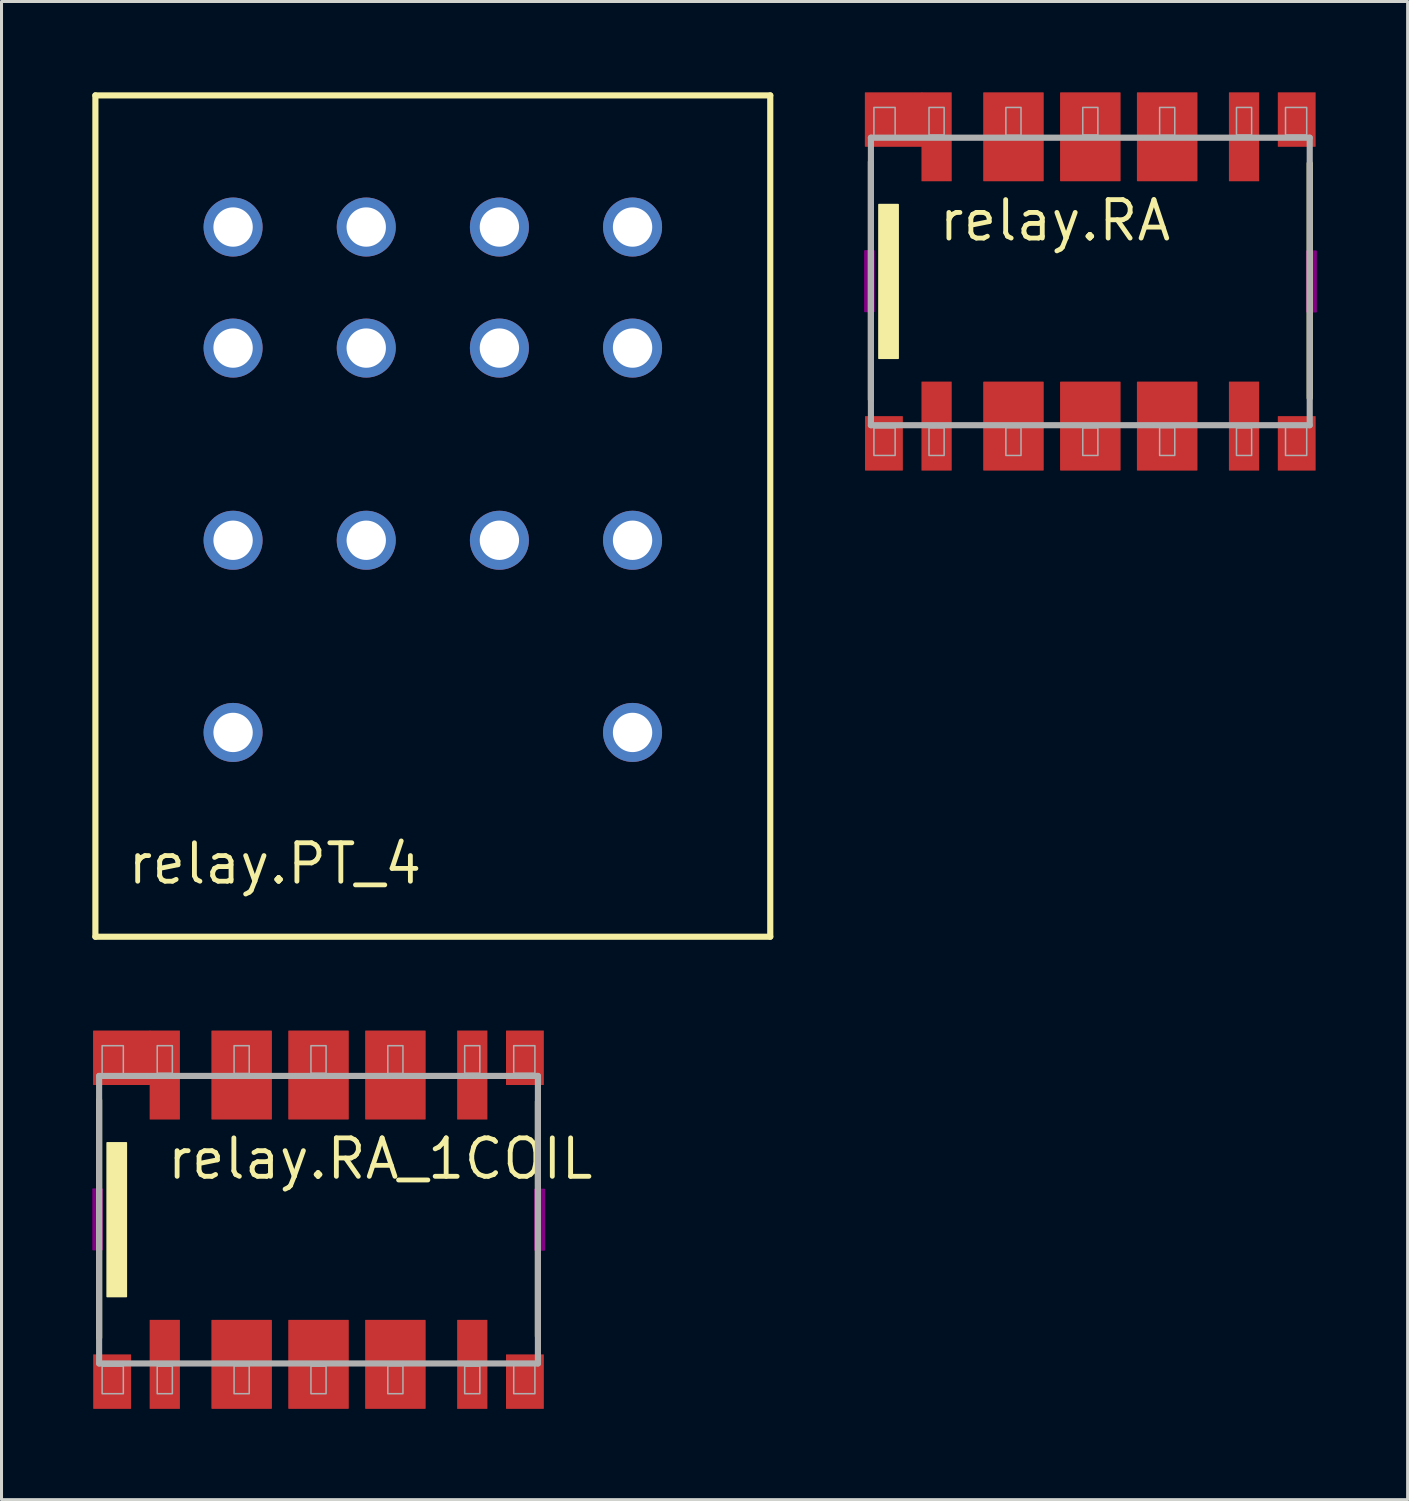
<source format=kicad_pcb>
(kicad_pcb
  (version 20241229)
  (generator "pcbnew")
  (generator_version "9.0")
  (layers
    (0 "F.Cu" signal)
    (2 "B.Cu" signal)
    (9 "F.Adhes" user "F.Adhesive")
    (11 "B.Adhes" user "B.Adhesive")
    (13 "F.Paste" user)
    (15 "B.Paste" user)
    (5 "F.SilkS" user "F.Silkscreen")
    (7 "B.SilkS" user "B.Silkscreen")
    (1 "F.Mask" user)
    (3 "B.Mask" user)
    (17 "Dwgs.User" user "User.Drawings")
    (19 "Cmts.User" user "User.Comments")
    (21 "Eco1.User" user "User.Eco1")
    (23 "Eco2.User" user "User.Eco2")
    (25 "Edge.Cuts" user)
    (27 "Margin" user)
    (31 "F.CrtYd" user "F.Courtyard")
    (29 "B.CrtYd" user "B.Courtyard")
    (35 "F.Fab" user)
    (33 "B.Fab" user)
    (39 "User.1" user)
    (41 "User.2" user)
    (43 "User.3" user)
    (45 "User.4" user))
  (footprint "relay.PT_4"
    (layer "F.Cu")
    (at 11.252 21.152)
    (property "Reference" "relay.PT_4" (at -10.16 5.08 0) (layer "F.SilkS") (effects (font (size 1.27 1.27) (thickness 0.16)) (justify left bottom)))
    (attr through_hole)
    (fp_line (start -11.15 -21.05) (end 11.15 -21.05) (stroke (width 0.203) (type default)) (layer "F.SilkS"))
    (fp_line (start -11.15 6.75) (end -11.15 -21.05) (stroke (width 0.203) (type default)) (layer "F.SilkS"))
    (fp_line (start 11.15 -21.05) (end 11.15 6.75) (stroke (width 0.203) (type default)) (layer "F.SilkS"))
    (fp_line (start 11.15 6.75) (end -11.15 6.75) (stroke (width 0.203) (type default)) (layer "F.SilkS"))
    (pad "11" thru_hole circle (at 6.6 -6.35 180) (size 1.95 1.95) (drill 1.3) (layers "*.Cu" "*.Mask"))
    (pad "12" thru_hole circle (at 6.6 -16.7 180) (size 1.95 1.95) (drill 1.3) (layers "*.Cu" "*.Mask"))
    (pad "14" thru_hole circle (at 6.6 -12.7 180) (size 1.95 1.95) (drill 1.3) (layers "*.Cu" "*.Mask"))
    (pad "21" thru_hole circle (at 2.2 -6.35 180) (size 1.95 1.95) (drill 1.3) (layers "*.Cu" "*.Mask"))
    (pad "22" thru_hole circle (at 2.2 -16.7 180) (size 1.95 1.95) (drill 1.3) (layers "*.Cu" "*.Mask"))
    (pad "24" thru_hole circle (at 2.2 -12.7 180) (size 1.95 1.95) (drill 1.3) (layers "*.Cu" "*.Mask"))
    (pad "31" thru_hole circle (at -2.2 -6.35 180) (size 1.95 1.95) (drill 1.3) (layers "*.Cu" "*.Mask"))
    (pad "32" thru_hole circle (at -2.2 -16.7 180) (size 1.95 1.95) (drill 1.3) (layers "*.Cu" "*.Mask"))
    (pad "34" thru_hole circle (at -2.2 -12.7 180) (size 1.95 1.95) (drill 1.3) (layers "*.Cu" "*.Mask"))
    (pad "41" thru_hole circle (at -6.6 -6.35 180) (size 1.95 1.95) (drill 1.3) (layers "*.Cu" "*.Mask"))
    (pad "42" thru_hole circle (at -6.6 -16.7 180) (size 1.95 1.95) (drill 1.3) (layers "*.Cu" "*.Mask"))
    (pad "44" thru_hole circle (at -6.6 -12.7 180) (size 1.95 1.95) (drill 1.3) (layers "*.Cu" "*.Mask"))
    (pad "A1" thru_hole circle (at 6.6 0 180) (size 1.95 1.95) (drill 1.3) (layers "*.Cu" "*.Mask"))
    (pad "A2" thru_hole circle (at -6.6 0 180) (size 1.95 1.95) (drill 1.3) (layers "*.Cu" "*.Mask")))
  (footprint "relay.RA"
    (layer "F.Cu")
    (at 32.978 6.25)
    (property "Reference" "relay.RA" (at -5.08 -1.27 0) (layer "F.SilkS") (effects (font (size 1.27 1.27) (thickness 0.16)) (justify left bottom)))
    (attr smd)
    (fp_line (start -7.25 -3.95) (end -7.25 3.9) (stroke (width 0.203) (type default)) (layer "F.SilkS"))
    (fp_line (start 7.25 3.85) (end 7.25 -3.9) (stroke (width 0.203) (type default)) (layer "F.SilkS"))
    (fp_rect (start -6.985 2.54) (end -6.35 -2.54) (stroke (width 0.05) (type default)) (fill yes) (layer "F.SilkS"))
    (fp_rect (start -7.45 0.99) (end -7.15 -1.01) (stroke (width 0.05) (type default)) (fill yes) (layer "F.Adhes"))
    (fp_rect (start 7.15 1) (end 7.46 -1) (stroke (width 0.05) (type default)) (fill yes) (layer "F.Adhes"))
    (fp_line (start -7.25 -4.75) (end 7.25 -4.75) (stroke (width 0.203) (type default)) (layer "F.Fab"))
    (fp_line (start -7.25 4.75) (end -7.25 -4.75) (stroke (width 0.203) (type default)) (layer "F.Fab"))
    (fp_line (start 7.25 -4.75) (end 7.25 4.75) (stroke (width 0.203) (type default)) (layer "F.Fab"))
    (fp_line (start 7.25 4.75) (end -7.25 4.75) (stroke (width 0.203) (type default)) (layer "F.Fab"))
    (fp_rect (start -7.15 -4.8) (end -6.45 -5.75) (stroke (width 0.05) (type default)) (fill no) (layer "F.Fab"))
    (fp_rect (start -7.15 5.75) (end -6.45 4.84) (stroke (width 0.05) (type default)) (fill no) (layer "F.Fab"))
    (fp_rect (start -5.33 -4.84) (end -4.83 -5.75) (stroke (width 0.05) (type default)) (fill no) (layer "F.Fab"))
    (fp_rect (start -5.33 5.75) (end -4.83 4.84) (stroke (width 0.05) (type default)) (fill no) (layer "F.Fab"))
    (fp_rect (start -2.79 -4.83) (end -2.29 -5.75) (stroke (width 0.05) (type default)) (fill no) (layer "F.Fab"))
    (fp_rect (start -2.79 5.75) (end -2.29 4.83) (stroke (width 0.05) (type default)) (fill no) (layer "F.Fab"))
    (fp_rect (start -0.25 -4.84) (end 0.25 -5.75) (stroke (width 0.05) (type default)) (fill no) (layer "F.Fab"))
    (fp_rect (start -0.25 5.75) (end 0.25 4.84) (stroke (width 0.05) (type default)) (fill no) (layer "F.Fab"))
    (fp_rect (start 2.29 -4.83) (end 2.79 -5.75) (stroke (width 0.05) (type default)) (fill no) (layer "F.Fab"))
    (fp_rect (start 2.29 5.75) (end 2.79 4.83) (stroke (width 0.05) (type default)) (fill no) (layer "F.Fab"))
    (fp_rect (start 4.83 -4.84) (end 5.33 -5.75) (stroke (width 0.05) (type default)) (fill no) (layer "F.Fab"))
    (fp_rect (start 4.83 5.75) (end 5.33 4.84) (stroke (width 0.05) (type default)) (fill no) (layer "F.Fab"))
    (fp_rect (start 6.45 -4.84) (end 7.15 -5.75) (stroke (width 0.05) (type default)) (fill no) (layer "F.Fab"))
    (fp_rect (start 6.45 5.75) (end 7.15 4.8) (stroke (width 0.05) (type default)) (fill no) (layer "F.Fab"))
    (pad "1" smd roundrect (at -5.08 4.78 180) (size 1 2.94) (layers "F.Cu" "F.Mask" "F.Paste") (roundrect_rratio 0.01))
    (pad "2" smd roundrect (at -2.54 4.78 180) (size 2 2.94) (layers "F.Cu" "F.Mask" "F.Paste") (roundrect_rratio 0.01))
    (pad "3" smd roundrect (at 0 4.78 180) (size 2 2.94) (layers "F.Cu" "F.Mask" "F.Paste") (roundrect_rratio 0.01))
    (pad "4" smd roundrect (at 2.54 4.78 180) (size 2 2.94) (layers "F.Cu" "F.Mask" "F.Paste") (roundrect_rratio 0.01))
    (pad "5" smd roundrect (at 5.08 4.78 180) (size 1 2.94) (layers "F.Cu" "F.Mask" "F.Paste") (roundrect_rratio 0.01))
    (pad "6" smd roundrect (at 5.08 -4.78 180) (size 1 2.94) (layers "F.Cu" "F.Mask" "F.Paste") (roundrect_rratio 0.01))
    (pad "7" smd roundrect (at 2.54 -4.78 180) (size 2 2.94) (layers "F.Cu" "F.Mask" "F.Paste") (roundrect_rratio 0.01))
    (pad "8" smd roundrect (at 0 -4.78 180) (size 2 2.94) (layers "F.Cu" "F.Mask" "F.Paste") (roundrect_rratio 0.01))
    (pad "9" smd roundrect (at -2.54 -4.78 180) (size 2 2.94) (layers "F.Cu" "F.Mask" "F.Paste") (roundrect_rratio 0.01))
    (pad "10" smd roundrect (at -5.08 -4.78 180) (size 1 2.94) (layers "F.Cu" "F.Mask" "F.Paste") (roundrect_rratio 0.01))
    (pad "10.1" smd roundrect (at -6.5 -5.35 180) (size 1.9 1.8) (layers "F.Cu" "F.Mask" "F.Paste") (roundrect_rratio 0.01))
    (pad "S1" smd roundrect (at -6.82 5.35) (size 1.25 1.8) (layers "F.Cu" "F.Mask" "F.Paste") (roundrect_rratio 0.01))
    (pad "S2" smd roundrect (at 6.82 5.35 180) (size 1.25 1.8) (layers "F.Cu" "F.Mask" "F.Paste") (roundrect_rratio 0.01))
    (pad "S3" smd roundrect (at 6.82 -5.35 180) (size 1.25 1.8) (layers "F.Cu" "F.Mask" "F.Paste") (roundrect_rratio 0.01)))
  (footprint "relay.RA_1COIL"
    (layer "F.Cu")
    (at 7.475 37.253)
    (property "Reference" "relay.RA_1COIL" (at -5.08 -1.27 0) (layer "F.SilkS") (effects (font (size 1.27 1.27) (thickness 0.16)) (justify left bottom)))
    (attr smd)
    (fp_line (start -7.25 -3.95) (end -7.25 3.9) (stroke (width 0.203) (type default)) (layer "F.SilkS"))
    (fp_line (start 7.25 3.85) (end 7.25 -3.9) (stroke (width 0.203) (type default)) (layer "F.SilkS"))
    (fp_rect (start -6.985 2.54) (end -6.35 -2.54) (stroke (width 0.05) (type default)) (fill yes) (layer "F.SilkS"))
    (fp_rect (start -7.45 0.99) (end -7.15 -1.01) (stroke (width 0.05) (type default)) (fill yes) (layer "F.Adhes"))
    (fp_rect (start 7.15 1) (end 7.46 -1) (stroke (width 0.05) (type default)) (fill yes) (layer "F.Adhes"))
    (fp_line (start -7.25 -4.75) (end 7.25 -4.75) (stroke (width 0.203) (type default)) (layer "F.Fab"))
    (fp_line (start -7.25 4.75) (end -7.25 -4.75) (stroke (width 0.203) (type default)) (layer "F.Fab"))
    (fp_line (start 7.25 -4.75) (end 7.25 4.75) (stroke (width 0.203) (type default)) (layer "F.Fab"))
    (fp_line (start 7.25 4.75) (end -7.25 4.75) (stroke (width 0.203) (type default)) (layer "F.Fab"))
    (fp_rect (start -7.15 -4.8) (end -6.45 -5.75) (stroke (width 0.05) (type default)) (fill no) (layer "F.Fab"))
    (fp_rect (start -7.15 5.75) (end -6.45 4.84) (stroke (width 0.05) (type default)) (fill no) (layer "F.Fab"))
    (fp_rect (start -5.33 -4.84) (end -4.83 -5.75) (stroke (width 0.05) (type default)) (fill no) (layer "F.Fab"))
    (fp_rect (start -5.33 5.75) (end -4.83 4.84) (stroke (width 0.05) (type default)) (fill no) (layer "F.Fab"))
    (fp_rect (start -2.79 -4.83) (end -2.29 -5.75) (stroke (width 0.05) (type default)) (fill no) (layer "F.Fab"))
    (fp_rect (start -2.79 5.75) (end -2.29 4.83) (stroke (width 0.05) (type default)) (fill no) (layer "F.Fab"))
    (fp_rect (start -0.25 -4.84) (end 0.25 -5.75) (stroke (width 0.05) (type default)) (fill no) (layer "F.Fab"))
    (fp_rect (start -0.25 5.75) (end 0.25 4.84) (stroke (width 0.05) (type default)) (fill no) (layer "F.Fab"))
    (fp_rect (start 2.29 -4.83) (end 2.79 -5.75) (stroke (width 0.05) (type default)) (fill no) (layer "F.Fab"))
    (fp_rect (start 2.29 5.75) (end 2.79 4.83) (stroke (width 0.05) (type default)) (fill no) (layer "F.Fab"))
    (fp_rect (start 4.83 -4.84) (end 5.33 -5.75) (stroke (width 0.05) (type default)) (fill no) (layer "F.Fab"))
    (fp_rect (start 4.83 5.75) (end 5.33 4.84) (stroke (width 0.05) (type default)) (fill no) (layer "F.Fab"))
    (fp_rect (start 6.45 -4.84) (end 7.15 -5.75) (stroke (width 0.05) (type default)) (fill no) (layer "F.Fab"))
    (fp_rect (start 6.45 5.75) (end 7.15 4.8) (stroke (width 0.05) (type default)) (fill no) (layer "F.Fab"))
    (pad "1" smd roundrect (at -5.08 4.78 180) (size 1 2.94) (layers "F.Cu" "F.Mask" "F.Paste") (roundrect_rratio 0.01))
    (pad "2" smd roundrect (at -2.54 4.78 180) (size 2 2.94) (layers "F.Cu" "F.Mask" "F.Paste") (roundrect_rratio 0.01))
    (pad "3" smd roundrect (at 0 4.78 180) (size 2 2.94) (layers "F.Cu" "F.Mask" "F.Paste") (roundrect_rratio 0.01))
    (pad "4" smd roundrect (at 2.54 4.78 180) (size 2 2.94) (layers "F.Cu" "F.Mask" "F.Paste") (roundrect_rratio 0.01))
    (pad "5" smd roundrect (at 5.08 4.78 180) (size 1 2.94) (layers "F.Cu" "F.Mask" "F.Paste") (roundrect_rratio 0.01))
    (pad "6" smd roundrect (at 5.08 -4.78 180) (size 1 2.94) (layers "F.Cu" "F.Mask" "F.Paste") (roundrect_rratio 0.01))
    (pad "7" smd roundrect (at 2.54 -4.78 180) (size 2 2.94) (layers "F.Cu" "F.Mask" "F.Paste") (roundrect_rratio 0.01))
    (pad "8" smd roundrect (at 0 -4.78 180) (size 2 2.94) (layers "F.Cu" "F.Mask" "F.Paste") (roundrect_rratio 0.01))
    (pad "9" smd roundrect (at -2.54 -4.78 180) (size 2 2.94) (layers "F.Cu" "F.Mask" "F.Paste") (roundrect_rratio 0.01))
    (pad "10" smd roundrect (at -5.08 -4.78 180) (size 1 2.94) (layers "F.Cu" "F.Mask" "F.Paste") (roundrect_rratio 0.01))
    (pad "10.1" smd roundrect (at -6.5 -5.35 180) (size 1.9 1.8) (layers "F.Cu" "F.Mask" "F.Paste") (roundrect_rratio 0.01))
    (pad "S1" smd roundrect (at -6.82 5.35) (size 1.25 1.8) (layers "F.Cu" "F.Mask" "F.Paste") (roundrect_rratio 0.01))
    (pad "S2" smd roundrect (at 6.82 5.35 180) (size 1.25 1.8) (layers "F.Cu" "F.Mask" "F.Paste") (roundrect_rratio 0.01))
    (pad "S3" smd roundrect (at 6.82 -5.35 180) (size 1.25 1.8) (layers "F.Cu" "F.Mask" "F.Paste") (roundrect_rratio 0.01)))
  (gr_rect
    (start -3 -3)
    (end 43.463 46.503)
    (stroke (width 0.1) (type default))
    (fill no)
    (layer "Edge.Cuts")))
</source>
